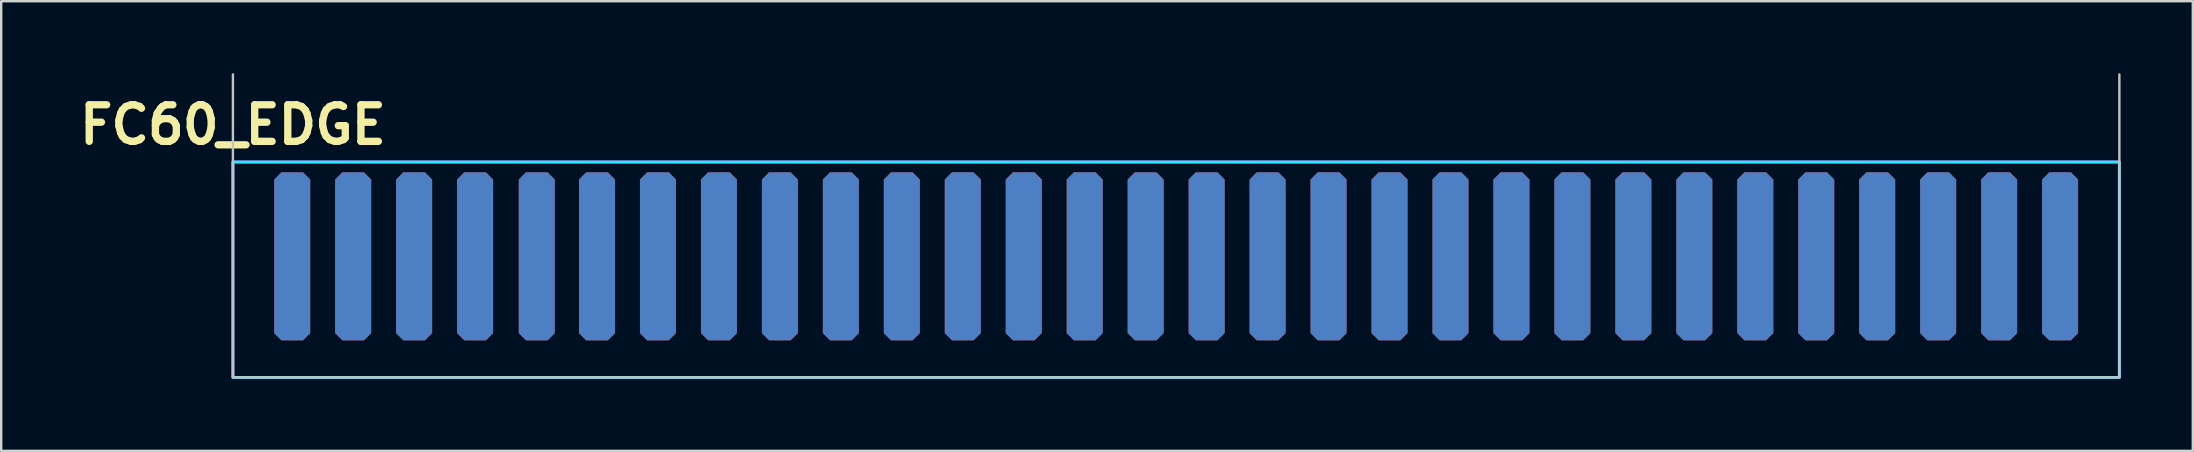
<source format=kicad_pcb>
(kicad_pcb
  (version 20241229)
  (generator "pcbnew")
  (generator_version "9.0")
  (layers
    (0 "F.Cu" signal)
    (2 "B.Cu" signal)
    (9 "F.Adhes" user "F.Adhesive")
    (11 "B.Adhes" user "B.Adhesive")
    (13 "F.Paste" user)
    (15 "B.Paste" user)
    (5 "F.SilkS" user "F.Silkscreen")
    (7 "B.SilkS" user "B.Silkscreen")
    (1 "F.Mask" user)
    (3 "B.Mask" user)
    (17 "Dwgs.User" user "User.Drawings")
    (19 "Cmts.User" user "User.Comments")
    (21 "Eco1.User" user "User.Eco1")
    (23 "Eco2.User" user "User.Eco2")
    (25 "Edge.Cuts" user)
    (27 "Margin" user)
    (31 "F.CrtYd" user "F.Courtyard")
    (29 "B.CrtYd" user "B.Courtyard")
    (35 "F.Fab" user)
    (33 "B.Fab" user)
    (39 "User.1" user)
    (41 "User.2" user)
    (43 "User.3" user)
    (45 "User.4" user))
  (footprint "FC60_EDGE"
    (layer "F.Cu")
    (at 6.655 5.05)
    (property "Reference" "FC60_EDGE" (at 0 -2.9 0) (layer "F.SilkS") (effects (font (size 1.524 1.524) (thickness 0.305))))
    (attr through_hole)
    (fp_line (start 0 -5) (end 0 7.62) (stroke (width 0.1) (type solid)) (layer "Dwgs.User"))
    (fp_line (start 0 7.62) (end 78.6 7.62) (stroke (width 0.1) (type solid)) (layer "Dwgs.User"))
    (fp_line (start 78.6 -5) (end 78.6 7.62) (stroke (width 0.1) (type solid)) (layer "Dwgs.User"))
    (fp_rect (start 0 -1.35) (end 78.6 7.625) (stroke (width 0.12) (type default)) (fill no) (layer "B.CrtYd"))
    (fp_rect (start 0 -1.35) (end 78.6 7.625) (stroke (width 0.12) (type default)) (fill no) (layer "F.CrtYd"))
    (pad "a1" connect roundrect (at 2.47 2.58) (size 1.5 7) (layers "B.Cu" "B.Mask") (roundrect_rratio 0) (chamfer_ratio 0.2) (chamfer top_left top_right bottom_left bottom_right))
    (pad "a2" connect roundrect (at 5.01 2.58) (size 1.5 7) (layers "B.Cu" "B.Mask") (roundrect_rratio 0) (chamfer_ratio 0.2) (chamfer top_left top_right bottom_left bottom_right))
    (pad "a3" connect roundrect (at 7.55 2.58) (size 1.5 7) (layers "B.Cu" "B.Mask") (roundrect_rratio 0) (chamfer_ratio 0.2) (chamfer top_left top_right bottom_left bottom_right))
    (pad "a4" connect roundrect (at 10.09 2.58) (size 1.5 7) (layers "B.Cu" "B.Mask") (roundrect_rratio 0) (chamfer_ratio 0.2) (chamfer top_left top_right bottom_left bottom_right))
    (pad "a5" connect roundrect (at 12.66 2.58) (size 1.5 7) (layers "B.Cu" "B.Mask") (roundrect_rratio 0) (chamfer_ratio 0.2) (chamfer top_left top_right bottom_left bottom_right))
    (pad "a6" connect roundrect (at 15.17 2.58) (size 1.5 7) (layers "B.Cu" "B.Mask") (roundrect_rratio 0) (chamfer_ratio 0.2) (chamfer top_left top_right bottom_left bottom_right))
    (pad "a7" connect roundrect (at 17.71 2.58) (size 1.5 7) (layers "B.Cu" "B.Mask") (roundrect_rratio 0) (chamfer_ratio 0.2) (chamfer top_left top_right bottom_left bottom_right))
    (pad "a8" connect roundrect (at 20.25 2.58) (size 1.5 7) (layers "B.Cu" "B.Mask") (roundrect_rratio 0) (chamfer_ratio 0.2) (chamfer top_left top_right bottom_left bottom_right))
    (pad "a9" connect roundrect (at 22.79 2.58) (size 1.5 7) (layers "B.Cu" "B.Mask") (roundrect_rratio 0) (chamfer_ratio 0.2) (chamfer top_left top_right bottom_left bottom_right))
    (pad "a10" connect roundrect (at 25.33 2.58) (size 1.5 7) (layers "B.Cu" "B.Mask") (roundrect_rratio 0) (chamfer_ratio 0.2) (chamfer top_left top_right bottom_left bottom_right))
    (pad "a11" connect roundrect (at 27.87 2.58) (size 1.5 7) (layers "B.Cu" "B.Mask") (roundrect_rratio 0) (chamfer_ratio 0.2) (chamfer top_left top_right bottom_left bottom_right))
    (pad "a12" connect roundrect (at 30.41 2.58) (size 1.5 7) (layers "B.Cu" "B.Mask") (roundrect_rratio 0) (chamfer_ratio 0.2) (chamfer top_left top_right bottom_left bottom_right))
    (pad "a13" connect roundrect (at 32.95 2.58) (size 1.5 7) (layers "B.Cu" "B.Mask") (roundrect_rratio 0) (chamfer_ratio 0.2) (chamfer top_left top_right bottom_left bottom_right))
    (pad "a14" connect roundrect (at 35.49 2.58) (size 1.5 7) (layers "B.Cu" "B.Mask") (roundrect_rratio 0) (chamfer_ratio 0.2) (chamfer top_left top_right bottom_left bottom_right))
    (pad "a15" connect roundrect (at 38.03 2.58) (size 1.5 7) (layers "B.Cu" "B.Mask") (roundrect_rratio 0) (chamfer_ratio 0.2) (chamfer top_left top_right bottom_left bottom_right))
    (pad "a16" connect roundrect (at 40.57 2.58) (size 1.5 7) (layers "B.Cu" "B.Mask") (roundrect_rratio 0) (chamfer_ratio 0.2) (chamfer top_left top_right bottom_left bottom_right))
    (pad "a17" connect roundrect (at 43.11 2.58) (size 1.5 7) (layers "B.Cu" "B.Mask") (roundrect_rratio 0) (chamfer_ratio 0.2) (chamfer top_left top_right bottom_left bottom_right))
    (pad "a18" connect roundrect (at 45.65 2.58) (size 1.5 7) (layers "B.Cu" "B.Mask") (roundrect_rratio 0) (chamfer_ratio 0.2) (chamfer top_left top_right bottom_left bottom_right))
    (pad "a19" connect roundrect (at 48.19 2.58) (size 1.5 7) (layers "B.Cu" "B.Mask") (roundrect_rratio 0) (chamfer_ratio 0.2) (chamfer top_left top_right bottom_left bottom_right))
    (pad "a20" connect roundrect (at 50.73 2.58) (size 1.5 7) (layers "B.Cu" "B.Mask") (roundrect_rratio 0) (chamfer_ratio 0.2) (chamfer top_left top_right bottom_left bottom_right))
    (pad "a21" connect roundrect (at 53.27 2.58) (size 1.5 7) (layers "B.Cu" "B.Mask") (roundrect_rratio 0) (chamfer_ratio 0.2) (chamfer top_left top_right bottom_left bottom_right))
    (pad "a22" connect roundrect (at 55.81 2.58) (size 1.5 7) (layers "B.Cu" "B.Mask") (roundrect_rratio 0) (chamfer_ratio 0.2) (chamfer top_left top_right bottom_left bottom_right))
    (pad "a23" connect roundrect (at 58.35 2.58) (size 1.5 7) (layers "B.Cu" "B.Mask") (roundrect_rratio 0) (chamfer_ratio 0.2) (chamfer top_left top_right bottom_left bottom_right))
    (pad "a24" connect roundrect (at 60.89 2.58) (size 1.5 7) (layers "B.Cu" "B.Mask") (roundrect_rratio 0) (chamfer_ratio 0.2) (chamfer top_left top_right bottom_left bottom_right))
    (pad "a25" connect roundrect (at 63.43 2.58) (size 1.5 7) (layers "B.Cu" "B.Mask") (roundrect_rratio 0) (chamfer_ratio 0.2) (chamfer top_left top_right bottom_left bottom_right))
    (pad "a26" connect roundrect (at 65.97 2.58) (size 1.5 7) (layers "B.Cu" "B.Mask") (roundrect_rratio 0) (chamfer_ratio 0.2) (chamfer top_left top_right bottom_left bottom_right))
    (pad "a27" connect roundrect (at 68.51 2.58) (size 1.5 7) (layers "B.Cu" "B.Mask") (roundrect_rratio 0) (chamfer_ratio 0.2) (chamfer top_left top_right bottom_left bottom_right))
    (pad "a28" connect roundrect (at 71.05 2.58) (size 1.5 7) (layers "B.Cu" "B.Mask") (roundrect_rratio 0) (chamfer_ratio 0.2) (chamfer top_left top_right bottom_left bottom_right))
    (pad "a29" connect roundrect (at 73.59 2.58) (size 1.5 7) (layers "B.Cu" "B.Mask") (roundrect_rratio 0) (chamfer_ratio 0.2) (chamfer top_left top_right bottom_left bottom_right))
    (pad "a30" connect roundrect (at 76.13 2.58) (size 1.5 7) (layers "B.Cu" "B.Mask") (roundrect_rratio 0) (chamfer_ratio 0.2) (chamfer top_left top_right bottom_left bottom_right))
    (pad "b1" connect roundrect (at 2.47 2.58) (size 1.5 7) (layers "F.Cu" "F.Mask") (roundrect_rratio 0) (chamfer_ratio 0.2) (chamfer top_left top_right bottom_left bottom_right))
    (pad "b2" connect roundrect (at 5.01 2.58) (size 1.5 7) (layers "F.Cu" "F.Mask") (roundrect_rratio 0) (chamfer_ratio 0.2) (chamfer top_left top_right bottom_left bottom_right))
    (pad "b3" connect roundrect (at 7.55 2.58) (size 1.5 7) (layers "F.Cu" "F.Mask") (roundrect_rratio 0) (chamfer_ratio 0.2) (chamfer top_left top_right bottom_left bottom_right))
    (pad "b4" connect roundrect (at 10.09 2.58) (size 1.5 7) (layers "F.Cu" "F.Mask") (roundrect_rratio 0) (chamfer_ratio 0.2) (chamfer top_left top_right bottom_left bottom_right))
    (pad "b5" connect roundrect (at 12.66 2.58) (size 1.5 7) (layers "F.Cu" "F.Mask") (roundrect_rratio 0) (chamfer_ratio 0.2) (chamfer top_left top_right bottom_left bottom_right))
    (pad "b6" connect roundrect (at 15.17 2.58) (size 1.5 7) (layers "F.Cu" "F.Mask") (roundrect_rratio 0) (chamfer_ratio 0.2) (chamfer top_left top_right bottom_left bottom_right))
    (pad "b7" connect roundrect (at 17.71 2.58) (size 1.5 7) (layers "F.Cu" "F.Mask") (roundrect_rratio 0) (chamfer_ratio 0.2) (chamfer top_left top_right bottom_left bottom_right))
    (pad "b8" connect roundrect (at 20.25 2.58) (size 1.5 7) (layers "F.Cu" "F.Mask") (roundrect_rratio 0) (chamfer_ratio 0.2) (chamfer top_left top_right bottom_left bottom_right))
    (pad "b9" connect roundrect (at 22.79 2.58) (size 1.5 7) (layers "F.Cu" "F.Mask") (roundrect_rratio 0) (chamfer_ratio 0.2) (chamfer top_left top_right bottom_left bottom_right))
    (pad "b10" connect roundrect (at 25.33 2.58) (size 1.5 7) (layers "F.Cu" "F.Mask") (roundrect_rratio 0) (chamfer_ratio 0.2) (chamfer top_left top_right bottom_left bottom_right))
    (pad "b11" connect roundrect (at 27.87 2.58) (size 1.5 7) (layers "F.Cu" "F.Mask") (roundrect_rratio 0) (chamfer_ratio 0.2) (chamfer top_left top_right bottom_left bottom_right))
    (pad "b12" connect roundrect (at 30.41 2.58) (size 1.5 7) (layers "F.Cu" "F.Mask") (roundrect_rratio 0) (chamfer_ratio 0.2) (chamfer top_left top_right bottom_left bottom_right))
    (pad "b13" connect roundrect (at 32.95 2.58) (size 1.5 7) (layers "F.Cu" "F.Mask") (roundrect_rratio 0) (chamfer_ratio 0.2) (chamfer top_left top_right bottom_left bottom_right))
    (pad "b14" connect roundrect (at 35.49 2.58) (size 1.5 7) (layers "F.Cu" "F.Mask") (roundrect_rratio 0) (chamfer_ratio 0.2) (chamfer top_left top_right bottom_left bottom_right))
    (pad "b15" connect roundrect (at 38.03 2.58) (size 1.5 7) (layers "F.Cu" "F.Mask") (roundrect_rratio 0) (chamfer_ratio 0.2) (chamfer top_left top_right bottom_left bottom_right))
    (pad "b16" connect roundrect (at 40.57 2.58) (size 1.5 7) (layers "F.Cu" "F.Mask") (roundrect_rratio 0) (chamfer_ratio 0.2) (chamfer top_left top_right bottom_left bottom_right))
    (pad "b17" connect roundrect (at 43.11 2.58) (size 1.5 7) (layers "F.Cu" "F.Mask") (roundrect_rratio 0) (chamfer_ratio 0.2) (chamfer top_left top_right bottom_left bottom_right))
    (pad "b18" connect roundrect (at 45.65 2.58) (size 1.5 7) (layers "F.Cu" "F.Mask") (roundrect_rratio 0) (chamfer_ratio 0.2) (chamfer top_left top_right bottom_left bottom_right))
    (pad "b19" connect roundrect (at 48.19 2.58) (size 1.5 7) (layers "F.Cu" "F.Mask") (roundrect_rratio 0) (chamfer_ratio 0.2) (chamfer top_left top_right bottom_left bottom_right))
    (pad "b20" connect roundrect (at 50.73 2.58) (size 1.5 7) (layers "F.Cu" "F.Mask") (roundrect_rratio 0) (chamfer_ratio 0.2) (chamfer top_left top_right bottom_left bottom_right))
    (pad "b21" connect roundrect (at 53.27 2.58) (size 1.5 7) (layers "F.Cu" "F.Mask") (roundrect_rratio 0) (chamfer_ratio 0.2) (chamfer top_left top_right bottom_left bottom_right))
    (pad "b22" connect roundrect (at 55.81 2.58) (size 1.5 7) (layers "F.Cu" "F.Mask") (roundrect_rratio 0) (chamfer_ratio 0.2) (chamfer top_left top_right bottom_left bottom_right))
    (pad "b23" connect roundrect (at 58.35 2.58) (size 1.5 7) (layers "F.Cu" "F.Mask") (roundrect_rratio 0) (chamfer_ratio 0.2) (chamfer top_left top_right bottom_left bottom_right))
    (pad "b24" connect roundrect (at 60.89 2.58) (size 1.5 7) (layers "F.Cu" "F.Mask") (roundrect_rratio 0) (chamfer_ratio 0.2) (chamfer top_left top_right bottom_left bottom_right))
    (pad "b25" connect roundrect (at 63.43 2.58) (size 1.5 7) (layers "F.Cu" "F.Mask") (roundrect_rratio 0) (chamfer_ratio 0.2) (chamfer top_left top_right bottom_left bottom_right))
    (pad "b26" connect roundrect (at 65.97 2.58) (size 1.5 7) (layers "F.Cu" "F.Mask") (roundrect_rratio 0) (chamfer_ratio 0.2) (chamfer top_left top_right bottom_left bottom_right))
    (pad "b27" connect roundrect (at 68.51 2.58) (size 1.5 7) (layers "F.Cu" "F.Mask") (roundrect_rratio 0) (chamfer_ratio 0.2) (chamfer top_left top_right bottom_left bottom_right))
    (pad "b28" connect roundrect (at 71.05 2.58) (size 1.5 7) (layers "F.Cu" "F.Mask") (roundrect_rratio 0) (chamfer_ratio 0.2) (chamfer top_left top_right bottom_left bottom_right))
    (pad "b29" connect roundrect (at 73.59 2.58) (size 1.5 7) (layers "F.Cu" "F.Mask") (roundrect_rratio 0) (chamfer_ratio 0.2) (chamfer top_left top_right bottom_left bottom_right))
    (pad "b30" connect roundrect (at 76.13 2.58) (size 1.5 7) (layers "F.Cu" "F.Mask") (roundrect_rratio 0) (chamfer_ratio 0.2) (chamfer top_left top_right bottom_left bottom_right)))
  (gr_rect
    (start -3 -3)
    (end 88.315 15.735)
    (stroke (width 0.1) (type default))
    (fill no)
    (layer "Edge.Cuts")))
</source>
